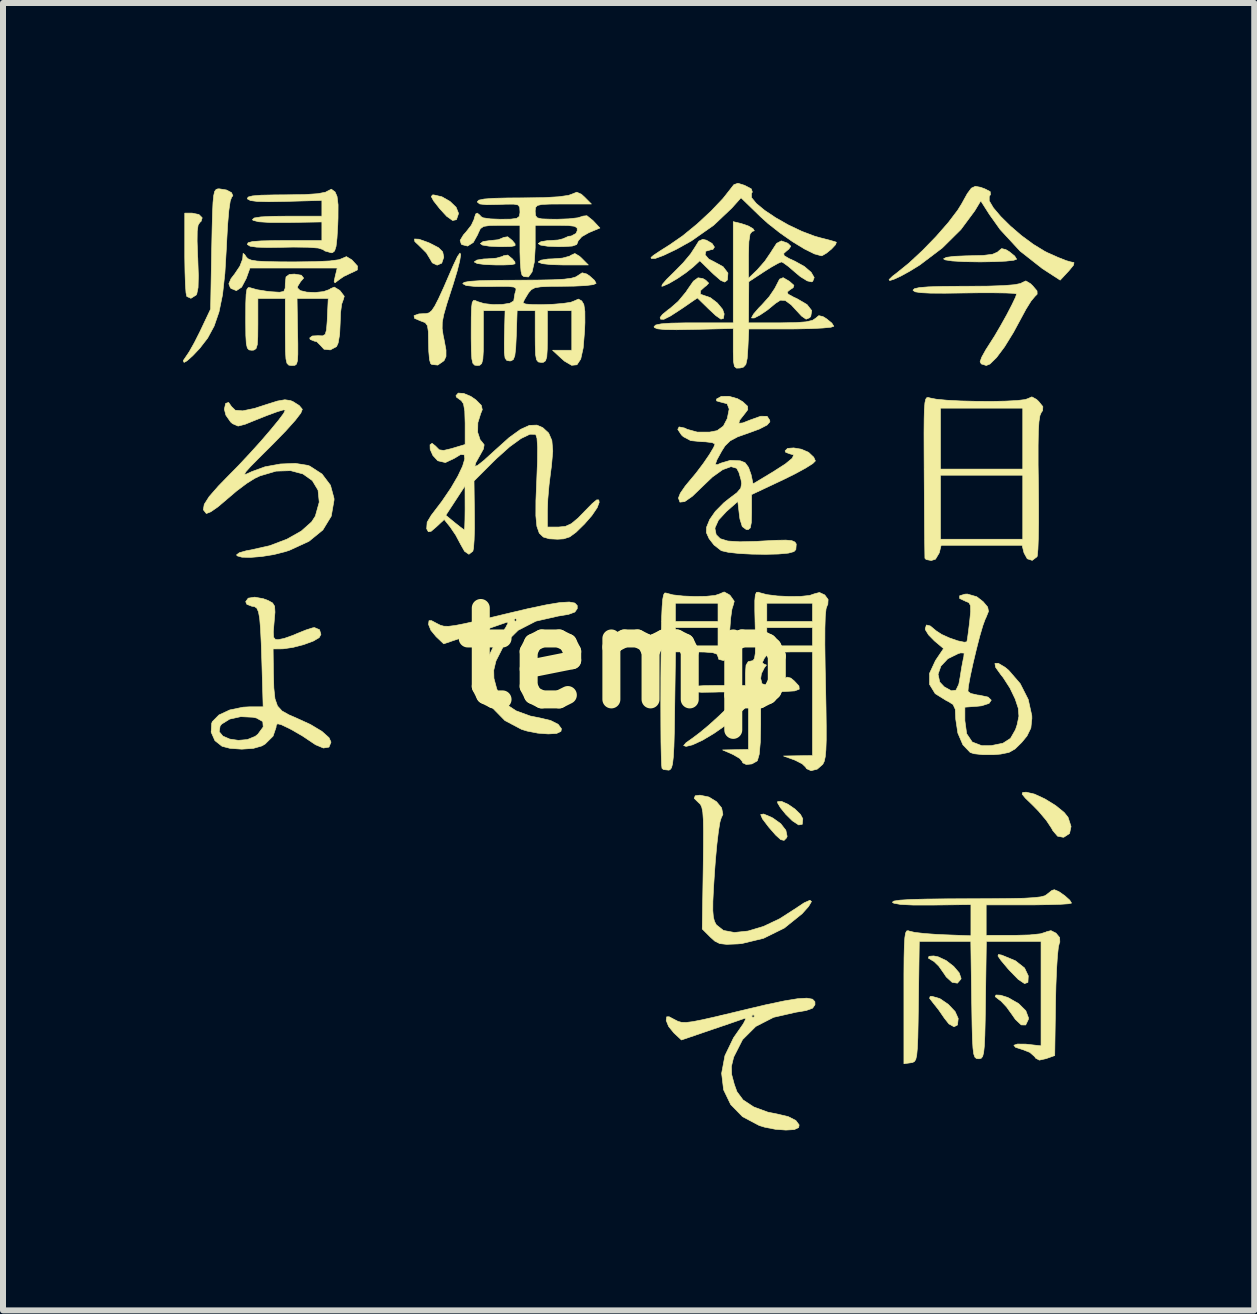
<source format=kicad_pcb>
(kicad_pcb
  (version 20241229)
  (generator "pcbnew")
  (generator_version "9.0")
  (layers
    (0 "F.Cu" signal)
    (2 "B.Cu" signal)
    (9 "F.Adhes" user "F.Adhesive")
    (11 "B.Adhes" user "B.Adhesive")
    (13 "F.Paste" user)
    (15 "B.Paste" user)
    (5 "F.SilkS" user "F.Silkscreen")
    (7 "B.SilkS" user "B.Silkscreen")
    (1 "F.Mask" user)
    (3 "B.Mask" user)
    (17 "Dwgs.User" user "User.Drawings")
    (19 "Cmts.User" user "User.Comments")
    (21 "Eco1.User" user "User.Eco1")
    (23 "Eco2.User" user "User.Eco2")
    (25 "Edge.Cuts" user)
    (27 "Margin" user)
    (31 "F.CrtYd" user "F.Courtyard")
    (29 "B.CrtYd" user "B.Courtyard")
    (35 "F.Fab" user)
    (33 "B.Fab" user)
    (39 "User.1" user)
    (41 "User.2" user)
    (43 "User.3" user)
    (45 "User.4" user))
  (footprint "temp"
    (layer "F.Cu")
    (at 7.396 7.92)
    (property "Reference" "temp" (at 0 0 0) (layer "F.SilkS") (effects (font (size 1.524 1.524) (thickness 0.3))))
    (attr through_hole)
    (fp_poly (pts (xy 2.691 2.438) (xy 2.806 2.517) (xy 2.898 2.607) (xy 2.937 2.68) (xy 2.928 2.772) (xy 2.868 2.782) (xy 2.763 2.713) (xy 2.654 2.605) (xy 2.564 2.494) (xy 2.517 2.414) (xy 2.517 2.393) (xy 2.584 2.39) (xy 2.691 2.438)) (stroke (width 0.01) (type solid)) (fill yes) (layer "F.SilkS"))
    (fp_poly (pts (xy 6.253 4.952) (xy 6.482 5.047) (xy 6.634 5.167) (xy 6.696 5.298) (xy 6.69 5.407) (xy 6.634 5.427) (xy 6.53 5.358) (xy 6.377 5.201) (xy 6.355 5.176) (xy 6.241 5.04) (xy 6.191 4.967) (xy 6.198 4.942) (xy 6.253 4.952)) (stroke (width 0.01) (type solid)) (fill yes) (layer "F.SilkS"))
    (fp_poly (pts (xy -3.08 -7.69) (xy -2.945 -7.613) (xy -2.842 -7.514) (xy -2.803 -7.416) (xy -2.803 -7.407) (xy -2.837 -7.308) (xy -2.9 -7.294) (xy -3 -7.365) (xy -3.116 -7.492) (xy -3.218 -7.622) (xy -3.256 -7.693) (xy -3.236 -7.72) (xy -3.216 -7.721) (xy -3.08 -7.69)) (stroke (width 0.01) (type solid)) (fill yes) (layer "F.SilkS"))
    (fp_poly (pts (xy 2.41 2.653) (xy 2.439 2.668) (xy 2.569 2.761) (xy 2.655 2.872) (xy 2.676 2.973) (xy 2.666 2.998) (xy 2.625 3.04) (xy 2.569 3.027) (xy 2.485 2.951) (xy 2.37 2.819) (xy 2.265 2.681) (xy 2.235 2.609) (xy 2.284 2.6) (xy 2.41 2.653)) (stroke (width 0.01) (type solid)) (fill yes) (layer "F.SilkS"))
    (fp_poly (pts (xy 5.221 5.677) (xy 5.361 5.772) (xy 5.476 5.893) (xy 5.528 6.009) (xy 5.516 6.117) (xy 5.458 6.147) (xy 5.373 6.099) (xy 5.3 6.007) (xy 5.202 5.865) (xy 5.113 5.753) (xy 5.051 5.673) (xy 5.06 5.642) (xy 5.089 5.639) (xy 5.221 5.677)) (stroke (width 0.01) (type solid)) (fill yes) (layer "F.SilkS"))
    (fp_poly (pts (xy -3.461 -6.982) (xy -3.312 -6.929) (xy -3.281 -6.916) (xy -3.136 -6.841) (xy -3.066 -6.771) (xy -3.048 -6.683) (xy -3.082 -6.583) (xy -3.159 -6.55) (xy -3.239 -6.588) (xy -3.276 -6.653) (xy -3.338 -6.755) (xy -3.44 -6.857) (xy -3.531 -6.944) (xy -3.536 -6.986) (xy -3.461 -6.982)) (stroke (width 0.01) (type solid)) (fill yes) (layer "F.SilkS"))
    (fp_poly (pts (xy -0.785 -6.698) (xy -0.75 -6.666) (xy -0.638 -6.553) (xy -1.056 -6.553) (xy -1.261 -6.559) (xy -1.406 -6.575) (xy -1.471 -6.599) (xy -1.473 -6.604) (xy -1.428 -6.633) (xy -1.312 -6.652) (xy -1.229 -6.655) (xy -1.072 -6.667) (xy -0.954 -6.698) (xy -0.924 -6.716) (xy -0.863 -6.744) (xy -0.785 -6.698)) (stroke (width 0.01) (type solid)) (fill yes) (layer "F.SilkS"))
    (fp_poly (pts (xy 6.235 5.621) (xy 6.356 5.659) (xy 6.534 5.76) (xy 6.655 5.88) (xy 6.7 6) (xy 6.697 6.025) (xy 6.653 6.117) (xy 6.579 6.116) (xy 6.482 6.025) (xy 6.43 5.95) (xy 6.334 5.817) (xy 6.242 5.719) (xy 6.212 5.697) (xy 6.144 5.644) (xy 6.158 5.617) (xy 6.235 5.621)) (stroke (width 0.01) (type solid)) (fill yes) (layer "F.SilkS"))
    (fp_poly (pts (xy -1.906 -6.961) (xy -1.859 -6.904) (xy -1.86 -6.874) (xy -1.925 -6.861) (xy -2.07 -6.858) (xy -2.126 -6.858) (xy -2.291 -6.866) (xy -2.404 -6.885) (xy -2.438 -6.909) (xy -2.394 -6.943) (xy -2.285 -6.959) (xy -2.271 -6.96) (xy -2.139 -6.974) (xy -2.053 -7.01) (xy -2.051 -7.012) (xy -1.982 -7.023) (xy -1.906 -6.961)) (stroke (width 0.01) (type solid)) (fill yes) (layer "F.SilkS"))
    (fp_poly (pts (xy 5.194 4.981) (xy 5.327 5.043) (xy 5.453 5.141) (xy 5.544 5.248) (xy 5.576 5.34) (xy 5.573 5.352) (xy 5.515 5.42) (xy 5.427 5.406) (xy 5.329 5.316) (xy 5.291 5.259) (xy 5.205 5.137) (xy 5.124 5.058) (xy 5.106 5.048) (xy 5.031 5.003) (xy 5.041 4.972) (xy 5.119 4.966) (xy 5.194 4.981)) (stroke (width 0.01) (type solid)) (fill yes) (layer "F.SilkS"))
    (fp_poly (pts (xy -1.906 -6.656) (xy -1.862 -6.603) (xy -1.86 -6.572) (xy -1.918 -6.558) (xy -2.051 -6.553) (xy -2.177 -6.553) (xy -2.362 -6.56) (xy -2.49 -6.577) (xy -2.54 -6.603) (xy -2.54 -6.604) (xy -2.495 -6.635) (xy -2.381 -6.653) (xy -2.322 -6.655) (xy -2.174 -6.666) (xy -2.07 -6.695) (xy -2.051 -6.707) (xy -1.982 -6.718) (xy -1.906 -6.656)) (stroke (width 0.01) (type solid)) (fill yes) (layer "F.SilkS"))
    (fp_poly (pts (xy 6.799 2.268) (xy 6.974 2.349) (xy 7.151 2.458) (xy 7.294 2.574) (xy 7.359 2.655) (xy 7.409 2.808) (xy 7.384 2.925) (xy 7.29 2.986) (xy 7.28 2.988) (xy 7.185 2.97) (xy 7.105 2.876) (xy 7.083 2.835) (xy 6.998 2.707) (xy 6.868 2.553) (xy 6.768 2.451) (xy 6.647 2.334) (xy 6.594 2.269) (xy 6.602 2.241) (xy 6.66 2.236) (xy 6.799 2.268)) (stroke (width 0.01) (type solid)) (fill yes) (layer "F.SilkS"))
    (fp_poly (pts (xy -7.13 -7.394) (xy -7.075 -7.339) (xy -7.095 -7.277) (xy -7.113 -7.264) (xy -7.143 -7.219) (xy -7.158 -7.119) (xy -7.16 -6.949) (xy -7.151 -6.694) (xy -7.149 -6.666) (xy -7.139 -6.373) (xy -7.144 -6.176) (xy -7.166 -6.069) (xy -7.177 -6.051) (xy -7.263 -5.997) (xy -7.332 -6.028) (xy -7.345 -6.089) (xy -7.355 -6.231) (xy -7.362 -6.436) (xy -7.366 -6.682) (xy -7.366 -6.739) (xy -7.366 -7.417) (xy -7.242 -7.417) (xy -7.13 -7.394)) (stroke (width 0.01) (type solid)) (fill yes) (layer "F.SilkS"))
    (fp_poly (pts (xy 6.322 -6.809) (xy 6.38 -6.774) (xy 6.469 -6.702) (xy 6.502 -6.649) (xy 6.455 -6.632) (xy 6.325 -6.617) (xy 6.134 -6.608) (xy 5.899 -6.604) (xy 5.893 -6.604) (xy 5.625 -6.608) (xy 5.427 -6.62) (xy 5.31 -6.638) (xy 5.283 -6.655) (xy 5.331 -6.68) (xy 5.462 -6.697) (xy 5.658 -6.705) (xy 5.709 -6.706) (xy 5.946 -6.712) (xy 6.099 -6.731) (xy 6.183 -6.767) (xy 6.196 -6.78) (xy 6.252 -6.826) (xy 6.322 -6.809)) (stroke (width 0.01) (type solid)) (fill yes) (layer "F.SilkS"))
    (fp_poly (pts (xy 1.272 -6.326) (xy 1.321 -6.297) (xy 1.368 -6.25) (xy 1.328 -6.206) (xy 1.308 -6.194) (xy 1.232 -6.125) (xy 1.229 -6.066) (xy 1.289 -6.045) (xy 1.396 -6.008) (xy 1.511 -5.92) (xy 1.6 -5.813) (xy 1.626 -5.737) (xy 1.614 -5.661) (xy 1.572 -5.65) (xy 1.487 -5.709) (xy 1.367 -5.821) (xy 1.18 -6.004) (xy 0.914 -5.821) (xy 0.734 -5.704) (xy 0.621 -5.647) (xy 0.567 -5.649) (xy 0.559 -5.677) (xy 0.597 -5.727) (xy 0.692 -5.805) (xy 0.726 -5.829) (xy 0.86 -5.946) (xy 0.989 -6.101) (xy 1.018 -6.145) (xy 1.114 -6.283) (xy 1.191 -6.339) (xy 1.272 -6.326)) (stroke (width 0.01) (type solid)) (fill yes) (layer "F.SilkS"))
    (fp_poly (pts (xy 1.331 -6.966) (xy 1.425 -6.911) (xy 1.464 -6.851) (xy 1.438 -6.811) (xy 1.407 -6.807) (xy 1.32 -6.782) (xy 1.309 -6.722) (xy 1.37 -6.651) (xy 1.453 -6.609) (xy 1.608 -6.524) (xy 1.689 -6.418) (xy 1.681 -6.308) (xy 1.675 -6.297) (xy 1.635 -6.268) (xy 1.569 -6.296) (xy 1.459 -6.391) (xy 1.425 -6.423) (xy 1.221 -6.623) (xy 1.106 -6.517) (xy 0.986 -6.422) (xy 0.842 -6.324) (xy 0.703 -6.243) (xy 0.604 -6.2) (xy 0.586 -6.198) (xy 0.596 -6.229) (xy 0.666 -6.311) (xy 0.783 -6.426) (xy 0.796 -6.439) (xy 0.943 -6.588) (xy 1.068 -6.738) (xy 1.137 -6.844) (xy 1.204 -6.951) (xy 1.27 -6.98) (xy 1.331 -6.966)) (stroke (width 0.01) (type solid)) (fill yes) (layer "F.SilkS"))
    (fp_poly (pts (xy -6.671 -7.803) (xy -6.587 -7.759) (xy -6.564 -7.707) (xy -6.584 -7.684) (xy -6.608 -7.618) (xy -6.631 -7.462) (xy -6.651 -7.228) (xy -6.668 -6.925) (xy -6.671 -6.855) (xy -6.697 -6.414) (xy -6.736 -6.058) (xy -6.795 -5.77) (xy -6.876 -5.535) (xy -6.984 -5.335) (xy -7.116 -5.164) (xy -7.234 -5.039) (xy -7.33 -4.954) (xy -7.378 -4.928) (xy -7.391 -4.958) (xy -7.351 -5.017) (xy -7.291 -5.106) (xy -7.206 -5.257) (xy -7.114 -5.439) (xy -7.103 -5.462) (xy -6.935 -5.817) (xy -6.917 -6.82) (xy -6.91 -7.162) (xy -6.903 -7.416) (xy -6.895 -7.595) (xy -6.883 -7.712) (xy -6.867 -7.78) (xy -6.843 -7.812) (xy -6.812 -7.822) (xy -6.789 -7.822) (xy -6.671 -7.803)) (stroke (width 0.01) (type solid)) (fill yes) (layer "F.SilkS"))
    (fp_poly (pts (xy 2.704 -6.286) (xy 2.721 -6.274) (xy 2.789 -6.213) (xy 2.776 -6.174) (xy 2.725 -6.141) (xy 2.677 -6.102) (xy 2.693 -6.066) (xy 2.787 -6.015) (xy 2.84 -5.991) (xy 3.007 -5.893) (xy 3.086 -5.792) (xy 3.07 -5.696) (xy 3.051 -5.673) (xy 2.992 -5.649) (xy 2.917 -5.701) (xy 2.879 -5.742) (xy 2.743 -5.889) (xy 2.645 -5.961) (xy 2.564 -5.966) (xy 2.48 -5.912) (xy 2.475 -5.907) (xy 2.347 -5.802) (xy 2.223 -5.718) (xy 2.128 -5.669) (xy 2.084 -5.669) (xy 2.083 -5.674) (xy 2.116 -5.734) (xy 2.202 -5.834) (xy 2.257 -5.89) (xy 2.378 -6.025) (xy 2.471 -6.163) (xy 2.492 -6.204) (xy 2.55 -6.317) (xy 2.61 -6.341) (xy 2.704 -6.286)) (stroke (width 0.01) (type solid)) (fill yes) (layer "F.SilkS"))
    (fp_poly (pts (xy -6.366 -6.726) (xy -6.346 -6.693) (xy -6.315 -6.658) (xy -6.259 -6.634) (xy -6.162 -6.618) (xy -6.008 -6.609) (xy -5.781 -6.605) (xy -5.545 -6.604) (xy -5.196 -6.608) (xy -4.946 -6.62) (xy -4.792 -6.641) (xy -4.736 -6.664) (xy -4.671 -6.692) (xy -4.585 -6.641) (xy -4.573 -6.63) (xy -4.486 -6.534) (xy -4.489 -6.47) (xy -4.582 -6.424) (xy -4.585 -6.424) (xy -4.717 -6.361) (xy -4.796 -6.306) (xy -4.862 -6.255) (xy -4.876 -6.278) (xy -4.858 -6.363) (xy -4.824 -6.502) (xy -6.279 -6.502) (xy -6.341 -6.329) (xy -6.418 -6.183) (xy -6.505 -6.125) (xy -6.593 -6.16) (xy -6.606 -6.174) (xy -6.631 -6.239) (xy -6.595 -6.324) (xy -6.533 -6.404) (xy -6.447 -6.532) (xy -6.401 -6.651) (xy -6.399 -6.671) (xy -6.393 -6.746) (xy -6.366 -6.726)) (stroke (width 0.01) (type solid)) (fill yes) (layer "F.SilkS"))
    (fp_poly (pts (xy -2.766 -6.725) (xy -2.782 -6.623) (xy -2.824 -6.454) (xy -2.894 -6.223) (xy -2.919 -6.147) (xy -2.998 -5.902) (xy -3.048 -5.727) (xy -3.073 -5.599) (xy -3.075 -5.493) (xy -3.059 -5.383) (xy -3.043 -5.307) (xy -3.011 -5.134) (xy -3.011 -5.028) (xy -3.044 -4.957) (xy -3.047 -4.955) (xy -3.148 -4.884) (xy -3.248 -4.894) (xy -3.268 -4.911) (xy -3.286 -4.976) (xy -3.298 -5.111) (xy -3.302 -5.265) (xy -3.305 -5.441) (xy -3.32 -5.541) (xy -3.357 -5.591) (xy -3.425 -5.617) (xy -3.429 -5.618) (xy -3.535 -5.663) (xy -3.544 -5.708) (xy -3.462 -5.737) (xy -3.401 -5.74) (xy -3.342 -5.742) (xy -3.293 -5.755) (xy -3.248 -5.792) (xy -3.198 -5.867) (xy -3.134 -5.992) (xy -3.048 -6.18) (xy -2.933 -6.445) (xy -2.888 -6.548) (xy -2.819 -6.694) (xy -2.778 -6.751) (xy -2.766 -6.725)) (stroke (width 0.01) (type solid)) (fill yes) (layer "F.SilkS"))
    (fp_poly (pts (xy 1.372 2.317) (xy 1.499 2.395) (xy 1.584 2.499) (xy 1.605 2.606) (xy 1.578 2.663) (xy 1.556 2.734) (xy 1.531 2.888) (xy 1.505 3.105) (xy 1.481 3.366) (xy 1.469 3.525) (xy 1.449 3.832) (xy 1.438 4.055) (xy 1.437 4.211) (xy 1.446 4.317) (xy 1.465 4.39) (xy 1.495 4.447) (xy 1.614 4.541) (xy 1.796 4.575) (xy 2.024 4.551) (xy 2.282 4.474) (xy 2.554 4.345) (xy 2.795 4.19) (xy 2.959 4.081) (xy 3.056 4.038) (xy 3.082 4.059) (xy 3.033 4.142) (xy 2.926 4.262) (xy 2.629 4.501) (xy 2.283 4.672) (xy 1.919 4.76) (xy 1.848 4.766) (xy 1.667 4.773) (xy 1.552 4.76) (xy 1.469 4.718) (xy 1.396 4.652) (xy 1.261 4.517) (xy 1.277 3.498) (xy 1.281 3.148) (xy 1.282 2.886) (xy 1.279 2.698) (xy 1.27 2.571) (xy 1.254 2.49) (xy 1.232 2.441) (xy 1.205 2.415) (xy 1.127 2.339) (xy 1.144 2.296) (xy 1.223 2.286) (xy 1.372 2.317)) (stroke (width 0.01) (type solid)) (fill yes) (layer "F.SilkS"))
    (fp_poly (pts (xy 1.962 -7.882) (xy 1.975 -7.876) (xy 2.079 -7.821) (xy 2.096 -7.769) (xy 2.081 -7.744) (xy 2.082 -7.676) (xy 2.162 -7.578) (xy 2.301 -7.463) (xy 2.485 -7.34) (xy 2.696 -7.22) (xy 2.919 -7.114) (xy 3.136 -7.032) (xy 3.232 -7.005) (xy 3.377 -6.968) (xy 3.475 -6.94) (xy 3.497 -6.931) (xy 3.482 -6.89) (xy 3.416 -6.819) (xy 3.33 -6.749) (xy 3.259 -6.708) (xy 3.246 -6.706) (xy 3.132 -6.737) (xy 2.965 -6.82) (xy 2.765 -6.942) (xy 2.555 -7.089) (xy 2.357 -7.245) (xy 2.236 -7.354) (xy 1.907 -7.673) (xy 1.753 -7.501) (xy 1.451 -7.215) (xy 1.08 -6.954) (xy 0.827 -6.813) (xy 0.612 -6.711) (xy 0.476 -6.661) (xy 0.413 -6.661) (xy 0.406 -6.677) (xy 0.446 -6.712) (xy 0.552 -6.783) (xy 0.7 -6.877) (xy 0.712 -6.884) (xy 0.933 -7.037) (xy 1.175 -7.235) (xy 1.409 -7.452) (xy 1.607 -7.661) (xy 1.712 -7.794) (xy 1.788 -7.891) (xy 1.856 -7.915) (xy 1.962 -7.882)) (stroke (width 0.01) (type solid)) (fill yes) (layer "F.SilkS"))
    (fp_poly (pts (xy 6.733 -6.241) (xy 6.77 -6.205) (xy 6.842 -6.12) (xy 6.844 -6.066) (xy 6.807 -6.029) (xy 6.742 -5.951) (xy 6.658 -5.816) (xy 6.604 -5.716) (xy 6.449 -5.429) (xy 6.301 -5.189) (xy 6.167 -5.01) (xy 6.057 -4.902) (xy 5.996 -4.877) (xy 5.913 -4.903) (xy 5.893 -4.94) (xy 5.92 -5.016) (xy 5.989 -5.14) (xy 6.048 -5.232) (xy 6.137 -5.372) (xy 6.238 -5.545) (xy 6.339 -5.726) (xy 6.425 -5.892) (xy 6.484 -6.016) (xy 6.502 -6.071) (xy 6.454 -6.08) (xy 6.321 -6.086) (xy 6.12 -6.089) (xy 5.866 -6.089) (xy 5.639 -6.086) (xy 5.308 -6.082) (xy 5.067 -6.083) (xy 4.906 -6.091) (xy 4.813 -6.105) (xy 4.777 -6.127) (xy 4.775 -6.134) (xy 4.8 -6.158) (xy 4.882 -6.176) (xy 5.031 -6.188) (xy 5.259 -6.195) (xy 5.575 -6.198) (xy 5.654 -6.198) (xy 6.017 -6.2) (xy 6.286 -6.209) (xy 6.468 -6.224) (xy 6.571 -6.245) (xy 6.594 -6.259) (xy 6.655 -6.287) (xy 6.733 -6.241)) (stroke (width 0.01) (type solid)) (fill yes) (layer "F.SilkS"))
    (fp_poly (pts (xy 5.9 -7.848) (xy 5.971 -7.822) (xy 6.061 -7.776) (xy 6.066 -7.726) (xy 6.045 -7.696) (xy 6.045 -7.622) (xy 6.114 -7.505) (xy 6.237 -7.36) (xy 6.398 -7.201) (xy 6.583 -7.042) (xy 6.778 -6.898) (xy 6.966 -6.783) (xy 7.017 -6.757) (xy 7.187 -6.681) (xy 7.326 -6.626) (xy 7.403 -6.604) (xy 7.404 -6.604) (xy 7.458 -6.593) (xy 7.45 -6.55) (xy 7.374 -6.457) (xy 7.348 -6.429) (xy 7.228 -6.3) (xy 6.929 -6.494) (xy 6.56 -6.784) (xy 6.228 -7.143) (xy 6.05 -7.393) (xy 5.904 -7.622) (xy 5.804 -7.456) (xy 5.572 -7.143) (xy 5.263 -6.837) (xy 4.9 -6.562) (xy 4.888 -6.553) (xy 4.718 -6.448) (xy 4.57 -6.367) (xy 4.455 -6.314) (xy 4.386 -6.293) (xy 4.375 -6.309) (xy 4.435 -6.367) (xy 4.496 -6.413) (xy 4.706 -6.583) (xy 4.935 -6.796) (xy 5.162 -7.03) (xy 5.364 -7.261) (xy 5.521 -7.468) (xy 5.586 -7.573) (xy 5.679 -7.741) (xy 5.747 -7.833) (xy 5.813 -7.864) (xy 5.9 -7.848)) (stroke (width 0.01) (type solid)) (fill yes) (layer "F.SilkS"))
    (fp_poly (pts (xy -4.86 -7.77) (xy -4.827 -7.695) (xy -4.81 -7.556) (xy -4.811 -7.336) (xy -4.815 -7.226) (xy -4.828 -7.002) (xy -4.844 -6.862) (xy -4.868 -6.787) (xy -4.903 -6.758) (xy -4.922 -6.756) (xy -5.029 -6.786) (xy -5.063 -6.81) (xy -5.141 -6.835) (xy -5.309 -6.848) (xy -5.557 -6.851) (xy -5.708 -6.848) (xy -5.982 -6.844) (xy -6.168 -6.85) (xy -6.277 -6.866) (xy -6.322 -6.894) (xy -6.323 -6.896) (xy -6.309 -6.924) (xy -6.237 -6.943) (xy -6.092 -6.954) (xy -5.865 -6.959) (xy -5.713 -6.96) (xy -5.08 -6.96) (xy -5.08 -7.27) (xy -5.649 -7.261) (xy -5.94 -7.261) (xy -6.132 -7.273) (xy -6.227 -7.297) (xy -6.238 -7.309) (xy -6.209 -7.336) (xy -6.098 -7.354) (xy -5.897 -7.364) (xy -5.668 -7.366) (xy -5.08 -7.366) (xy -5.08 -7.629) (xy -5.689 -7.612) (xy -5.968 -7.607) (xy -6.158 -7.612) (xy -6.271 -7.627) (xy -6.32 -7.653) (xy -6.323 -7.658) (xy -6.309 -7.685) (xy -6.237 -7.704) (xy -6.094 -7.716) (xy -5.868 -7.721) (xy -5.698 -7.722) (xy -5.375 -7.726) (xy -5.149 -7.741) (xy -5.019 -7.766) (xy -4.988 -7.783) (xy -4.922 -7.816) (xy -4.86 -7.77)) (stroke (width 0.01) (type solid)) (fill yes) (layer "F.SilkS"))
    (fp_poly (pts (xy 6.833 -4.312) (xy 6.869 -4.278) (xy 6.939 -4.191) (xy 6.935 -4.125) (xy 6.912 -4.093) (xy 6.89 -4.041) (xy 6.874 -3.939) (xy 6.864 -3.776) (xy 6.86 -3.541) (xy 6.86 -3.225) (xy 6.865 -2.884) (xy 6.868 -2.552) (xy 6.868 -2.254) (xy 6.864 -2.003) (xy 6.857 -1.816) (xy 6.847 -1.708) (xy 6.842 -1.689) (xy 6.762 -1.628) (xy 6.679 -1.655) (xy 6.625 -1.753) (xy 6.593 -1.88) (xy 5.243 -1.88) (xy 5.212 -1.753) (xy 5.149 -1.648) (xy 5.079 -1.626) (xy 4.994 -1.642) (xy 4.973 -1.664) (xy 4.972 -1.723) (xy 4.97 -1.87) (xy 4.967 -2.091) (xy 4.965 -2.372) (xy 4.963 -2.7) (xy 4.961 -3.038) (xy 4.961 -3.048) (xy 5.232 -3.048) (xy 5.232 -1.981) (xy 6.604 -1.981) (xy 6.604 -3.048) (xy 5.232 -3.048) (xy 4.961 -3.048) (xy 4.959 -3.44) (xy 4.958 -3.752) (xy 4.96 -3.984) (xy 4.964 -4.148) (xy 4.966 -4.166) (xy 5.232 -4.166) (xy 5.232 -3.15) (xy 6.604 -3.15) (xy 6.604 -4.166) (xy 5.232 -4.166) (xy 4.966 -4.166) (xy 4.973 -4.255) (xy 4.987 -4.316) (xy 5.006 -4.342) (xy 5.031 -4.344) (xy 5.055 -4.336) (xy 5.162 -4.315) (xy 5.341 -4.298) (xy 5.568 -4.286) (xy 5.82 -4.28) (xy 6.077 -4.278) (xy 6.314 -4.283) (xy 6.511 -4.293) (xy 6.644 -4.309) (xy 6.687 -4.324) (xy 6.756 -4.354) (xy 6.833 -4.312)) (stroke (width 0.01) (type solid)) (fill yes) (layer "F.SilkS"))
    (fp_poly (pts (xy 1.708 -1.058) (xy 1.728 -1.041) (xy 1.794 -0.947) (xy 1.78 -0.891) (xy 1.756 -0.816) (xy 1.735 -0.667) (xy 1.72 -0.473) (xy 1.717 -0.404) (xy 1.706 -0.19) (xy 1.69 -0.058) (xy 1.663 0.012) (xy 1.62 0.04) (xy 1.613 0.041) (xy 1.537 0.022) (xy 1.524 -0.022) (xy 1.506 -0.065) (xy 1.438 -0.089) (xy 1.301 -0.1) (xy 1.169 -0.102) (xy 0.815 -0.102) (xy 0.801 0.876) (xy 0.796 1.217) (xy 0.789 1.47) (xy 0.779 1.647) (xy 0.766 1.763) (xy 0.748 1.83) (xy 0.723 1.862) (xy 0.703 1.869) (xy 0.615 1.859) (xy 0.59 1.839) (xy 0.583 1.778) (xy 0.578 1.629) (xy 0.573 1.404) (xy 0.571 1.118) (xy 0.57 0.783) (xy 0.571 0.413) (xy 0.571 0.336) (xy 0.575 -0.089) (xy 0.579 -0.423) (xy 0.581 -0.508) (xy 0.813 -0.508) (xy 0.813 -0.203) (xy 1.524 -0.203) (xy 1.524 -0.508) (xy 0.813 -0.508) (xy 0.581 -0.508) (xy 0.584 -0.676) (xy 0.592 -0.858) (xy 0.597 -0.914) (xy 0.813 -0.914) (xy 0.813 -0.61) (xy 1.524 -0.61) (xy 1.524 -0.914) (xy 0.813 -0.914) (xy 0.597 -0.914) (xy 0.602 -0.979) (xy 0.616 -1.051) (xy 0.633 -1.083) (xy 0.655 -1.085) (xy 0.659 -1.083) (xy 0.772 -1.053) (xy 0.942 -1.034) (xy 1.138 -1.026) (xy 1.326 -1.029) (xy 1.476 -1.044) (xy 1.553 -1.07) (xy 1.626 -1.102) (xy 1.708 -1.058)) (stroke (width 0.01) (type solid)) (fill yes) (layer "F.SilkS"))
    (fp_poly (pts (xy -0.864 -0.917) (xy -0.823 -0.875) (xy -0.823 -0.824) (xy -0.863 -0.767) (xy -0.969 -0.728) (xy -1.139 -0.7) (xy -1.512 -0.615) (xy -1.808 -0.463) (xy -2.03 -0.243) (xy -2.176 0.044) (xy -2.182 0.063) (xy -2.215 0.203) (xy -2.212 0.338) (xy -2.168 0.503) (xy -2.123 0.625) (xy -2.022 0.762) (xy -1.842 0.88) (xy -1.608 0.966) (xy -1.444 0.999) (xy -1.267 1.041) (xy -1.141 1.105) (xy -1.086 1.179) (xy -1.095 1.223) (xy -1.167 1.257) (xy -1.306 1.265) (xy -1.481 1.252) (xy -1.66 1.217) (xy -1.751 1.189) (xy -2.029 1.042) (xy -2.228 0.839) (xy -2.345 0.594) (xy -2.378 0.319) (xy -2.324 0.025) (xy -2.18 -0.274) (xy -2.101 -0.387) (xy -2.016 -0.508) (xy -1.977 -0.584) (xy -1.989 -0.6) (xy -2.064 -0.574) (xy -2.211 -0.523) (xy -2.406 -0.456) (xy -2.553 -0.406) (xy -3.049 -0.237) (xy -3.175 -0.356) (xy -3.263 -0.463) (xy -3.302 -0.56) (xy -3.302 -0.565) (xy -3.294 -0.623) (xy -3.253 -0.624) (xy -3.159 -0.574) (xy -3.105 -0.547) (xy -3.047 -0.531) (xy -2.969 -0.529) (xy -2.856 -0.543) (xy -2.694 -0.575) (xy -2.468 -0.626) (xy -2.431 -0.635) (xy -1.88 -0.635) (xy -1.854 -0.61) (xy -1.829 -0.635) (xy -1.854 -0.66) (xy -1.88 -0.635) (xy -2.431 -0.635) (xy -2.164 -0.699) (xy -2.032 -0.731) (xy -1.639 -0.824) (xy -1.335 -0.888) (xy -1.111 -0.925) (xy -0.956 -0.934) (xy -0.864 -0.917)) (stroke (width 0.01) (type solid)) (fill yes) (layer "F.SilkS"))
    (fp_poly (pts (xy 3.099 5.687) (xy 3.139 5.729) (xy 3.14 5.78) (xy 3.1 5.837) (xy 2.993 5.876) (xy 2.824 5.904) (xy 2.451 5.989) (xy 2.154 6.141) (xy 1.933 6.361) (xy 1.787 6.648) (xy 1.781 6.667) (xy 1.747 6.807) (xy 1.751 6.942) (xy 1.795 7.107) (xy 1.839 7.229) (xy 1.941 7.366) (xy 2.12 7.484) (xy 2.354 7.57) (xy 2.518 7.603) (xy 2.695 7.645) (xy 2.821 7.709) (xy 2.876 7.783) (xy 2.868 7.827) (xy 2.795 7.861) (xy 2.656 7.869) (xy 2.481 7.856) (xy 2.302 7.821) (xy 2.211 7.793) (xy 1.933 7.646) (xy 1.735 7.443) (xy 1.617 7.198) (xy 1.584 6.923) (xy 1.639 6.629) (xy 1.783 6.33) (xy 1.862 6.217) (xy 1.946 6.096) (xy 1.985 6.02) (xy 1.974 6.004) (xy 1.899 6.03) (xy 1.752 6.081) (xy 1.556 6.148) (xy 1.409 6.198) (xy 0.914 6.367) (xy 0.787 6.248) (xy 0.7 6.141) (xy 0.661 6.044) (xy 0.66 6.039) (xy 0.668 5.981) (xy 0.709 5.98) (xy 0.804 6.03) (xy 0.857 6.057) (xy 0.915 6.073) (xy 0.994 6.075) (xy 1.106 6.061) (xy 1.268 6.029) (xy 1.494 5.978) (xy 1.531 5.969) (xy 2.083 5.969) (xy 2.108 5.994) (xy 2.134 5.969) (xy 2.108 5.944) (xy 2.083 5.969) (xy 1.531 5.969) (xy 1.799 5.905) (xy 1.931 5.873) (xy 2.323 5.78) (xy 2.627 5.716) (xy 2.852 5.679) (xy 3.006 5.67) (xy 3.099 5.687)) (stroke (width 0.01) (type solid)) (fill yes) (layer "F.SilkS"))
    (fp_poly (pts (xy 1.918 -7.241) (xy 2.029 -7.203) (xy 2.107 -7.158) (xy 2.129 -7.123) (xy 2.093 -7.112) (xy 2.058 -7.07) (xy 2.038 -6.94) (xy 2.032 -6.721) (xy 2.032 -6.331) (xy 2.178 -6.471) (xy 2.305 -6.616) (xy 2.413 -6.775) (xy 2.419 -6.786) (xy 2.501 -6.913) (xy 2.579 -6.954) (xy 2.676 -6.92) (xy 2.692 -6.91) (xy 2.737 -6.865) (xy 2.702 -6.815) (xy 2.67 -6.79) (xy 2.619 -6.745) (xy 2.626 -6.708) (xy 2.705 -6.661) (xy 2.806 -6.615) (xy 2.964 -6.527) (xy 3.076 -6.431) (xy 3.127 -6.343) (xy 3.103 -6.281) (xy 3.084 -6.271) (xy 3.01 -6.288) (xy 2.896 -6.359) (xy 2.818 -6.424) (xy 2.7 -6.526) (xy 2.61 -6.591) (xy 2.58 -6.604) (xy 2.519 -6.578) (xy 2.401 -6.511) (xy 2.288 -6.439) (xy 2.037 -6.274) (xy 2.032 -5.588) (xy 2.559 -5.588) (xy 2.818 -5.592) (xy 2.992 -5.605) (xy 3.097 -5.629) (xy 3.148 -5.662) (xy 3.204 -5.708) (xy 3.274 -5.692) (xy 3.332 -5.656) (xy 3.421 -5.584) (xy 3.454 -5.531) (xy 3.407 -5.515) (xy 3.275 -5.502) (xy 3.079 -5.492) (xy 2.836 -5.487) (xy 2.746 -5.486) (xy 2.037 -5.486) (xy 2.022 -5.169) (xy 2.01 -4.994) (xy 1.988 -4.895) (xy 1.948 -4.85) (xy 1.892 -4.835) (xy 1.831 -4.833) (xy 1.797 -4.863) (xy 1.782 -4.946) (xy 1.778 -5.104) (xy 1.778 -5.157) (xy 1.778 -5.494) (xy 1.118 -5.478) (xy 0.833 -5.473) (xy 0.637 -5.476) (xy 0.518 -5.488) (xy 0.464 -5.509) (xy 0.457 -5.524) (xy 0.485 -5.552) (xy 0.575 -5.571) (xy 0.739 -5.583) (xy 0.989 -5.588) (xy 1.118 -5.588) (xy 1.778 -5.588) (xy 1.778 -7.275) (xy 1.918 -7.241)) (stroke (width 0.01) (type solid)) (fill yes) (layer "F.SilkS"))
    (fp_poly (pts (xy -5.422 -6.382) (xy -5.384 -6.334) (xy -5.436 -6.274) (xy -5.482 -6.2) (xy -5.486 -6.169) (xy -5.442 -6.126) (xy -5.332 -6.1) (xy -5.191 -6.094) (xy -5.053 -6.109) (xy -4.953 -6.144) (xy -4.939 -6.156) (xy -4.874 -6.184) (xy -4.789 -6.133) (xy -4.775 -6.121) (xy -4.707 -6.031) (xy -4.723 -5.975) (xy -4.75 -5.901) (xy -4.769 -5.757) (xy -4.775 -5.588) (xy -4.784 -5.396) (xy -4.809 -5.252) (xy -4.836 -5.192) (xy -4.94 -5.137) (xy -5.044 -5.148) (xy -5.098 -5.207) (xy -5.166 -5.275) (xy -5.205 -5.283) (xy -5.274 -5.311) (xy -5.283 -5.336) (xy -5.24 -5.369) (xy -5.144 -5.374) (xy -5.067 -5.371) (xy -5.024 -5.396) (xy -5.003 -5.472) (xy -4.991 -5.621) (xy -4.989 -5.677) (xy -4.974 -5.994) (xy -5.494 -5.994) (xy -5.486 -5.499) (xy -5.481 -5.239) (xy -5.481 -5.064) (xy -5.487 -4.957) (xy -5.503 -4.901) (xy -5.53 -4.88) (xy -5.573 -4.877) (xy -5.588 -4.877) (xy -5.632 -4.883) (xy -5.662 -4.914) (xy -5.679 -4.987) (xy -5.687 -5.12) (xy -5.689 -5.33) (xy -5.69 -5.436) (xy -5.69 -5.994) (xy -6.147 -5.994) (xy -6.147 -5.563) (xy -6.149 -5.353) (xy -6.157 -5.224) (xy -6.178 -5.158) (xy -6.214 -5.134) (xy -6.248 -5.131) (xy -6.294 -5.137) (xy -6.323 -5.169) (xy -6.34 -5.244) (xy -6.348 -5.38) (xy -6.35 -5.594) (xy -6.35 -5.67) (xy -6.349 -5.908) (xy -6.343 -6.061) (xy -6.33 -6.146) (xy -6.306 -6.177) (xy -6.269 -6.172) (xy -6.261 -6.169) (xy -6.158 -6.14) (xy -6.002 -6.115) (xy -5.931 -6.107) (xy -5.786 -6.098) (xy -5.715 -6.112) (xy -5.692 -6.166) (xy -5.69 -6.243) (xy -5.678 -6.354) (xy -5.622 -6.395) (xy -5.537 -6.401) (xy -5.422 -6.382)) (stroke (width 0.01) (type solid)) (fill yes) (layer "F.SilkS"))
    (fp_poly (pts (xy -5.603 -4.292) (xy -5.563 -4.276) (xy -5.457 -4.209) (xy -5.406 -4.147) (xy -5.431 -4.084) (xy -5.524 -3.963) (xy -5.678 -3.791) (xy -5.885 -3.578) (xy -5.928 -3.535) (xy -6.133 -3.331) (xy -6.272 -3.19) (xy -6.349 -3.104) (xy -6.37 -3.065) (xy -6.342 -3.065) (xy -6.271 -3.097) (xy -6.251 -3.107) (xy -6.029 -3.188) (xy -5.773 -3.235) (xy -5.522 -3.245) (xy -5.315 -3.212) (xy -5.282 -3.2) (xy -5.078 -3.068) (xy -4.937 -2.881) (xy -4.878 -2.663) (xy -4.877 -2.635) (xy -4.924 -2.365) (xy -5.064 -2.135) (xy -5.296 -1.946) (xy -5.622 -1.796) (xy -5.693 -1.773) (xy -5.882 -1.725) (xy -6.082 -1.693) (xy -6.267 -1.678) (xy -6.412 -1.681) (xy -6.493 -1.704) (xy -6.502 -1.721) (xy -6.457 -1.755) (xy -6.342 -1.788) (xy -6.27 -1.801) (xy -5.953 -1.872) (xy -5.664 -1.981) (xy -5.423 -2.117) (xy -5.251 -2.27) (xy -5.189 -2.366) (xy -5.124 -2.599) (xy -5.144 -2.799) (xy -5.239 -2.958) (xy -5.395 -3.069) (xy -5.601 -3.124) (xy -5.844 -3.116) (xy -6.112 -3.037) (xy -6.201 -2.995) (xy -6.333 -2.912) (xy -6.502 -2.785) (xy -6.67 -2.642) (xy -6.672 -2.64) (xy -6.814 -2.52) (xy -6.932 -2.438) (xy -7.003 -2.41) (xy -7.009 -2.412) (xy -7.056 -2.472) (xy -7.041 -2.562) (xy -6.959 -2.691) (xy -6.805 -2.867) (xy -6.652 -3.024) (xy -6.471 -3.208) (xy -6.283 -3.409) (xy -6.1 -3.611) (xy -5.937 -3.801) (xy -5.805 -3.961) (xy -5.718 -4.077) (xy -5.69 -4.133) (xy -5.722 -4.137) (xy -5.823 -4.107) (xy -6 -4.042) (xy -6.26 -3.938) (xy -6.36 -3.897) (xy -6.477 -3.867) (xy -6.569 -3.907) (xy -6.601 -3.935) (xy -6.68 -4.048) (xy -6.706 -4.148) (xy -6.684 -4.245) (xy -6.635 -4.261) (xy -6.586 -4.191) (xy -6.524 -4.131) (xy -6.4 -4.121) (xy -6.203 -4.162) (xy -6.009 -4.225) (xy -5.822 -4.284) (xy -5.697 -4.306) (xy -5.603 -4.292)) (stroke (width 0.01) (type solid)) (fill yes) (layer "F.SilkS"))
    (fp_poly (pts (xy -6.056 -0.989) (xy -5.973 -0.958) (xy -5.902 -0.918) (xy -5.868 -0.864) (xy -5.862 -0.765) (xy -5.876 -0.602) (xy -5.89 -0.436) (xy -5.885 -0.346) (xy -5.855 -0.311) (xy -5.811 -0.306) (xy -5.708 -0.327) (xy -5.561 -0.379) (xy -5.494 -0.408) (xy -5.348 -0.467) (xy -5.235 -0.503) (xy -5.204 -0.508) (xy -5.119 -0.472) (xy -5.096 -0.394) (xy -5.126 -0.34) (xy -5.223 -0.283) (xy -5.381 -0.225) (xy -5.561 -0.178) (xy -5.724 -0.154) (xy -5.753 -0.153) (xy -5.893 -0.152) (xy -5.888 0.241) (xy -5.881 0.5) (xy -5.862 0.679) (xy -5.82 0.799) (xy -5.745 0.882) (xy -5.627 0.948) (xy -5.524 0.992) (xy -5.272 1.107) (xy -5.08 1.222) (xy -4.961 1.328) (xy -4.928 1.402) (xy -4.962 1.485) (xy -5.055 1.5) (xy -5.186 1.445) (xy -5.243 1.407) (xy -5.399 1.302) (xy -5.58 1.197) (xy -5.626 1.173) (xy -5.756 1.111) (xy -5.82 1.095) (xy -5.842 1.124) (xy -5.844 1.155) (xy -5.894 1.302) (xy -6.026 1.433) (xy -6.08 1.465) (xy -6.223 1.506) (xy -6.416 1.519) (xy -6.613 1.505) (xy -6.744 1.471) (xy -6.863 1.377) (xy -6.926 1.235) (xy -6.925 1.227) (xy -6.792 1.227) (xy -6.731 1.301) (xy -6.616 1.351) (xy -6.472 1.372) (xy -6.323 1.359) (xy -6.192 1.306) (xy -6.147 1.27) (xy -6.058 1.149) (xy -6.065 1.059) (xy -6.17 1) (xy -6.227 0.987) (xy -6.432 0.977) (xy -6.618 1.018) (xy -6.751 1.101) (xy -6.777 1.134) (xy -6.792 1.227) (xy -6.925 1.227) (xy -6.917 1.088) (xy -6.905 1.059) (xy -6.796 0.949) (xy -6.615 0.865) (xy -6.393 0.819) (xy -6.282 0.813) (xy -6.059 0.813) (xy -6.08 0.089) (xy -6.091 -0.245) (xy -6.103 -0.49) (xy -6.117 -0.661) (xy -6.137 -0.77) (xy -6.165 -0.832) (xy -6.204 -0.858) (xy -6.249 -0.864) (xy -6.331 -0.896) (xy -6.35 -0.94) (xy -6.308 -0.998) (xy -6.2 -1.015) (xy -6.056 -0.989)) (stroke (width 0.01) (type solid)) (fill yes) (layer "F.SilkS"))
    (fp_poly (pts (xy -0.754 -7.732) (xy -0.7 -7.683) (xy -0.587 -7.569) (xy -1.056 -7.569) (xy -1.275 -7.568) (xy -1.412 -7.562) (xy -1.487 -7.545) (xy -1.518 -7.512) (xy -1.524 -7.458) (xy -1.524 -7.442) (xy -1.519 -7.377) (xy -1.49 -7.339) (xy -1.415 -7.321) (xy -1.272 -7.316) (xy -1.153 -7.315) (xy -0.965 -7.322) (xy -0.815 -7.339) (xy -0.734 -7.364) (xy -0.731 -7.367) (xy -0.662 -7.374) (xy -0.562 -7.294) (xy -0.445 -7.169) (xy -0.629 -7.092) (xy -0.747 -7.025) (xy -0.81 -6.953) (xy -0.813 -6.937) (xy -0.833 -6.893) (xy -0.906 -6.868) (xy -1.052 -6.859) (xy -1.143 -6.858) (xy -1.316 -6.865) (xy -1.434 -6.884) (xy -1.473 -6.909) (xy -1.428 -6.941) (xy -1.317 -6.959) (xy -1.278 -6.96) (xy -1.143 -6.969) (xy -1.055 -6.991) (xy -1.046 -6.997) (xy -0.967 -7.031) (xy -0.924 -7.035) (xy -0.844 -7.078) (xy -0.823 -7.125) (xy -0.825 -7.171) (xy -0.869 -7.198) (xy -0.975 -7.211) (xy -1.161 -7.214) (xy -1.524 -7.214) (xy -1.524 -6.843) (xy -1.538 -6.603) (xy -1.576 -6.437) (xy -1.636 -6.353) (xy -1.713 -6.359) (xy -1.744 -6.384) (xy -1.76 -6.447) (xy -1.772 -6.586) (xy -1.778 -6.771) (xy -1.778 -6.816) (xy -1.778 -7.214) (xy -2.103 -7.214) (xy -2.28 -7.211) (xy -2.383 -7.196) (xy -2.438 -7.158) (xy -2.473 -7.085) (xy -2.482 -7.061) (xy -2.556 -6.928) (xy -2.651 -6.868) (xy -2.745 -6.892) (xy -2.756 -6.902) (xy -2.775 -6.963) (xy -2.721 -7.053) (xy -2.677 -7.102) (xy -2.588 -7.216) (xy -2.542 -7.315) (xy -2.54 -7.331) (xy -2.515 -7.404) (xy -2.489 -7.417) (xy -2.44 -7.378) (xy -2.438 -7.366) (xy -2.392 -7.339) (xy -2.268 -7.321) (xy -2.108 -7.315) (xy -1.931 -7.317) (xy -1.832 -7.33) (xy -1.789 -7.362) (xy -1.778 -7.422) (xy -1.778 -7.446) (xy -1.782 -7.515) (xy -1.809 -7.553) (xy -1.881 -7.567) (xy -2.02 -7.566) (xy -2.134 -7.561) (xy -2.335 -7.557) (xy -2.449 -7.57) (xy -2.489 -7.602) (xy -2.489 -7.607) (xy -2.463 -7.634) (xy -2.376 -7.652) (xy -2.218 -7.664) (xy -1.977 -7.67) (xy -1.752 -7.671) (xy -1.392 -7.675) (xy -1.132 -7.69) (xy -0.969 -7.713) (xy -0.914 -7.733) (xy -0.831 -7.766) (xy -0.754 -7.732)) (stroke (width 0.01) (type solid)) (fill yes) (layer "F.SilkS"))
    (fp_poly (pts (xy 7.205 3.893) (xy 7.303 3.961) (xy 7.387 4.036) (xy 7.417 4.085) (xy 7.369 4.096) (xy 7.238 4.105) (xy 7.041 4.111) (xy 6.798 4.115) (xy 6.706 4.115) (xy 5.994 4.115) (xy 5.994 4.623) (xy 6.467 4.623) (xy 6.719 4.616) (xy 6.9 4.597) (xy 6.994 4.567) (xy 6.999 4.563) (xy 7.074 4.544) (xy 7.158 4.586) (xy 7.219 4.66) (xy 7.222 4.737) (xy 7.215 4.749) (xy 7.198 4.817) (xy 7.182 4.969) (xy 7.168 5.187) (xy 7.157 5.455) (xy 7.151 5.718) (xy 7.137 6.627) (xy 6.993 6.678) (xy 6.881 6.703) (xy 6.819 6.67) (xy 6.803 6.645) (xy 6.722 6.574) (xy 6.604 6.528) (xy 6.483 6.489) (xy 6.456 6.455) (xy 6.515 6.435) (xy 6.652 6.436) (xy 6.68 6.439) (xy 6.909 6.465) (xy 6.909 4.724) (xy 5.997 4.724) (xy 5.983 5.702) (xy 5.978 6.04) (xy 5.972 6.29) (xy 5.964 6.464) (xy 5.952 6.577) (xy 5.935 6.642) (xy 5.911 6.672) (xy 5.879 6.68) (xy 5.867 6.68) (xy 5.832 6.676) (xy 5.806 6.654) (xy 5.787 6.601) (xy 5.774 6.503) (xy 5.765 6.348) (xy 5.759 6.122) (xy 5.754 5.812) (xy 5.752 5.702) (xy 5.738 4.724) (xy 4.879 4.724) (xy 4.865 5.728) (xy 4.86 6.07) (xy 4.855 6.324) (xy 4.847 6.504) (xy 4.836 6.622) (xy 4.82 6.692) (xy 4.796 6.728) (xy 4.764 6.743) (xy 4.737 6.747) (xy 4.623 6.763) (xy 4.623 5.637) (xy 4.623 5.271) (xy 4.625 4.995) (xy 4.63 4.797) (xy 4.638 4.664) (xy 4.65 4.586) (xy 4.668 4.55) (xy 4.693 4.545) (xy 4.712 4.552) (xy 4.8 4.573) (xy 4.962 4.592) (xy 5.168 4.607) (xy 5.271 4.612) (xy 5.74 4.63) (xy 5.74 4.11) (xy 5.095 4.118) (xy 4.783 4.118) (xy 4.57 4.108) (xy 4.454 4.087) (xy 4.43 4.07) (xy 4.457 4.051) (xy 4.558 4.036) (xy 4.738 4.025) (xy 5.003 4.018) (xy 5.359 4.014) (xy 5.679 4.013) (xy 6.081 4.012) (xy 6.392 4.009) (xy 6.626 4.004) (xy 6.792 3.994) (xy 6.904 3.981) (xy 6.972 3.963) (xy 7.008 3.94) (xy 7.01 3.937) (xy 7.09 3.874) (xy 7.131 3.862) (xy 7.205 3.893)) (stroke (width 0.01) (type solid)) (fill yes) (layer "F.SilkS"))
    (fp_poly (pts (xy -0.667 -6.403) (xy -0.619 -6.371) (xy -0.536 -6.297) (xy -0.508 -6.246) (xy -0.556 -6.225) (xy -0.685 -6.209) (xy -0.877 -6.2) (xy -1.036 -6.198) (xy -1.273 -6.196) (xy -1.43 -6.189) (xy -1.528 -6.173) (xy -1.588 -6.142) (xy -1.632 -6.092) (xy -1.645 -6.072) (xy -1.704 -5.974) (xy -1.727 -5.92) (xy -1.681 -5.901) (xy -1.563 -5.892) (xy -1.4 -5.891) (xy -1.222 -5.898) (xy -1.055 -5.912) (xy -0.93 -5.931) (xy -0.876 -5.952) (xy -0.803 -5.984) (xy -0.748 -5.953) (xy -0.713 -5.894) (xy -0.696 -5.78) (xy -0.695 -5.593) (xy -0.701 -5.45) (xy -0.724 -5.169) (xy -0.765 -4.984) (xy -0.828 -4.889) (xy -0.916 -4.88) (xy -1.036 -4.95) (xy -1.097 -5.004) (xy -1.234 -5.131) (xy -0.914 -5.131) (xy -0.914 -5.791) (xy -1.321 -5.791) (xy -1.321 -5.359) (xy -1.323 -5.149) (xy -1.331 -5.021) (xy -1.352 -4.955) (xy -1.388 -4.93) (xy -1.422 -4.928) (xy -1.472 -4.936) (xy -1.502 -4.973) (xy -1.518 -5.06) (xy -1.523 -5.215) (xy -1.524 -5.359) (xy -1.524 -5.791) (xy -1.825 -5.791) (xy -1.839 -5.372) (xy -1.849 -5.165) (xy -1.864 -5.039) (xy -1.889 -4.976) (xy -1.929 -4.954) (xy -1.951 -4.953) (xy -1.998 -4.962) (xy -2.026 -5.001) (xy -2.038 -5.092) (xy -2.039 -5.254) (xy -2.037 -5.372) (xy -2.026 -5.791) (xy -2.388 -5.791) (xy -2.388 -5.334) (xy -2.389 -5.117) (xy -2.397 -4.982) (xy -2.416 -4.91) (xy -2.449 -4.881) (xy -2.489 -4.877) (xy -2.534 -4.883) (xy -2.563 -4.914) (xy -2.58 -4.987) (xy -2.588 -5.12) (xy -2.591 -5.329) (xy -2.591 -5.437) (xy -2.59 -5.681) (xy -2.585 -5.839) (xy -2.574 -5.927) (xy -2.552 -5.962) (xy -2.517 -5.958) (xy -2.493 -5.945) (xy -2.376 -5.909) (xy -2.225 -5.892) (xy -2.071 -5.895) (xy -1.946 -5.915) (xy -1.882 -5.953) (xy -1.88 -5.965) (xy -1.862 -6.076) (xy -1.847 -6.121) (xy -1.843 -6.16) (xy -1.877 -6.184) (xy -1.968 -6.195) (xy -2.133 -6.196) (xy -2.264 -6.193) (xy -2.519 -6.194) (xy -2.675 -6.21) (xy -2.732 -6.241) (xy -2.708 -6.263) (xy -2.615 -6.28) (xy -2.443 -6.291) (xy -2.187 -6.297) (xy -1.836 -6.299) (xy -1.824 -6.299) (xy -1.48 -6.301) (xy -1.224 -6.306) (xy -1.041 -6.316) (xy -0.92 -6.332) (xy -0.846 -6.354) (xy -0.814 -6.374) (xy -0.741 -6.422) (xy -0.667 -6.403)) (stroke (width 0.01) (type solid)) (fill yes) (layer "F.SilkS"))
    (fp_poly (pts (xy 5.837 -1.022) (xy 5.943 -0.94) (xy 6.019 -0.85) (xy 6.033 -0.778) (xy 5.991 -0.674) (xy 5.978 -0.648) (xy 5.939 -0.542) (xy 5.887 -0.365) (xy 5.831 -0.146) (xy 5.776 0.085) (xy 5.729 0.3) (xy 5.698 0.47) (xy 5.69 0.555) (xy 5.735 0.59) (xy 5.846 0.616) (xy 5.88 0.619) (xy 6.026 0.651) (xy 6.079 0.702) (xy 6.042 0.756) (xy 5.918 0.796) (xy 5.855 0.803) (xy 5.639 0.819) (xy 5.639 1.044) (xy 5.669 1.262) (xy 5.762 1.4) (xy 5.921 1.461) (xy 6.077 1.46) (xy 6.274 1.42) (xy 6.4 1.339) (xy 6.483 1.194) (xy 6.51 1.113) (xy 6.54 0.969) (xy 6.529 0.836) (xy 6.478 0.682) (xy 6.39 0.499) (xy 6.277 0.324) (xy 6.24 0.278) (xy 6.152 0.155) (xy 6.14 0.09) (xy 6.195 0.087) (xy 6.307 0.153) (xy 6.369 0.204) (xy 6.561 0.426) (xy 6.695 0.69) (xy 6.755 0.961) (xy 6.756 1.007) (xy 6.739 1.167) (xy 6.674 1.3) (xy 6.586 1.407) (xy 6.476 1.515) (xy 6.374 1.573) (xy 6.237 1.601) (xy 6.116 1.611) (xy 5.938 1.611) (xy 5.792 1.595) (xy 5.728 1.574) (xy 5.606 1.446) (xy 5.522 1.251) (xy 5.487 1.02) (xy 5.486 0.999) (xy 5.479 0.854) (xy 5.442 0.774) (xy 5.358 0.722) (xy 5.332 0.71) (xy 5.144 0.593) (xy 5.05 0.439) (xy 5.051 0.27) (xy 5.192 0.27) (xy 5.22 0.4) (xy 5.295 0.48) (xy 5.415 0.546) (xy 5.491 0.535) (xy 5.538 0.436) (xy 5.56 0.318) (xy 5.586 0.153) (xy 5.612 0.018) (xy 5.621 -0.018) (xy 5.627 -0.083) (xy 5.569 -0.086) (xy 5.53 -0.075) (xy 5.355 0.011) (xy 5.24 0.133) (xy 5.192 0.27) (xy 5.051 0.27) (xy 5.051 0.253) (xy 5.149 0.042) (xy 5.157 0.03) (xy 5.284 -0.158) (xy 5.131 -0.287) (xy 5.033 -0.387) (xy 4.981 -0.472) (xy 4.978 -0.487) (xy 4.998 -0.551) (xy 5.062 -0.535) (xy 5.161 -0.453) (xy 5.251 -0.394) (xy 5.382 -0.335) (xy 5.52 -0.287) (xy 5.629 -0.264) (xy 5.672 -0.27) (xy 5.682 -0.321) (xy 5.699 -0.446) (xy 5.718 -0.6) (xy 5.735 -0.775) (xy 5.733 -0.875) (xy 5.706 -0.924) (xy 5.65 -0.947) (xy 5.646 -0.949) (xy 5.552 -0.993) (xy 5.552 -1.038) (xy 5.64 -1.065) (xy 5.681 -1.067) (xy 5.837 -1.022)) (stroke (width 0.01) (type solid)) (fill yes) (layer "F.SilkS"))
    (fp_poly (pts (xy -2.715 -4.411) (xy -2.597 -4.362) (xy -2.511 -4.302) (xy -2.422 -4.212) (xy -2.406 -4.14) (xy -2.432 -4.077) (xy -2.48 -3.924) (xy -2.483 -3.763) (xy -2.441 -3.637) (xy -2.416 -3.609) (xy -2.375 -3.556) (xy -2.387 -3.485) (xy -2.441 -3.387) (xy -2.514 -3.257) (xy -2.531 -3.197) (xy -2.487 -3.209) (xy -2.381 -3.293) (xy -2.208 -3.45) (xy -2.194 -3.463) (xy -1.958 -3.675) (xy -1.77 -3.811) (xy -1.62 -3.879) (xy -1.495 -3.883) (xy -1.398 -3.841) (xy -1.3 -3.751) (xy -1.246 -3.627) (xy -1.231 -3.45) (xy -1.253 -3.2) (xy -1.264 -3.12) (xy -1.293 -2.885) (xy -1.314 -2.644) (xy -1.321 -2.462) (xy -1.321 -2.184) (xy -1.133 -2.184) (xy -1.02 -2.195) (xy -0.921 -2.24) (xy -0.807 -2.335) (xy -0.701 -2.444) (xy -0.573 -2.575) (xy -0.498 -2.637) (xy -0.464 -2.636) (xy -0.457 -2.596) (xy -0.491 -2.506) (xy -0.58 -2.375) (xy -0.702 -2.235) (xy -0.843 -2.097) (xy -0.948 -2.02) (xy -1.05 -1.987) (xy -1.151 -1.981) (xy -1.288 -1.988) (xy -1.388 -2.017) (xy -1.456 -2.082) (xy -1.496 -2.197) (xy -1.513 -2.373) (xy -1.512 -2.625) (xy -1.499 -2.938) (xy -1.486 -3.274) (xy -1.484 -3.514) (xy -1.494 -3.664) (xy -1.515 -3.728) (xy -1.517 -3.73) (xy -1.613 -3.731) (xy -1.76 -3.66) (xy -1.95 -3.522) (xy -2.17 -3.325) (xy -2.224 -3.272) (xy -2.544 -2.952) (xy -2.537 -2.394) (xy -2.536 -2.163) (xy -2.542 -1.968) (xy -2.552 -1.832) (xy -2.563 -1.782) (xy -2.629 -1.73) (xy -2.701 -1.779) (xy -2.765 -1.892) (xy -2.848 -2.048) (xy -2.94 -2.184) (xy -3.041 -2.31) (xy -3.17 -2.189) (xy -3.259 -2.113) (xy -3.305 -2.105) (xy -3.333 -2.155) (xy -3.325 -2.265) (xy -3.257 -2.379) (xy -3.256 -2.38) (xy -3.014 -2.38) (xy -2.866 -2.258) (xy -2.767 -2.18) (xy -2.71 -2.138) (xy -2.705 -2.135) (xy -2.699 -2.181) (xy -2.695 -2.303) (xy -2.693 -2.477) (xy -2.693 -2.502) (xy -2.694 -2.87) (xy -2.854 -2.625) (xy -3.014 -2.38) (xy -3.256 -2.38) (xy -3.078 -2.614) (xy -2.928 -2.835) (xy -2.812 -3.034) (xy -2.734 -3.199) (xy -2.698 -3.32) (xy -2.707 -3.388) (xy -2.767 -3.393) (xy -2.873 -3.329) (xy -3.021 -3.259) (xy -3.148 -3.289) (xy -3.229 -3.376) (xy -3.275 -3.479) (xy -3.277 -3.555) (xy -3.243 -3.58) (xy -3.181 -3.53) (xy -3.176 -3.524) (xy -3.123 -3.471) (xy -3.05 -3.461) (xy -2.922 -3.491) (xy -2.902 -3.497) (xy -2.692 -3.56) (xy -2.692 -3.915) (xy -2.698 -4.118) (xy -2.719 -4.238) (xy -2.757 -4.294) (xy -2.769 -4.3) (xy -2.836 -4.349) (xy -2.845 -4.374) (xy -2.807 -4.417) (xy -2.715 -4.411)) (stroke (width 0.01) (type solid)) (fill yes) (layer "F.SilkS"))
    (fp_poly (pts (xy 1.85 -4.323) (xy 1.937 -4.272) (xy 2.016 -4.198) (xy 2.02 -4.141) (xy 1.976 -4.082) (xy 1.884 -3.965) (xy 1.871 -3.913) (xy 1.938 -3.92) (xy 2.056 -3.967) (xy 2.235 -4.031) (xy 2.342 -4.03) (xy 2.386 -3.964) (xy 2.388 -3.937) (xy 2.341 -3.884) (xy 2.213 -3.818) (xy 2.042 -3.755) (xy 1.849 -3.687) (xy 1.726 -3.621) (xy 1.641 -3.538) (xy 1.585 -3.45) (xy 1.505 -3.304) (xy 1.48 -3.232) (xy 1.508 -3.221) (xy 1.571 -3.249) (xy 1.73 -3.296) (xy 1.895 -3.288) (xy 1.974 -3.257) (xy 2.032 -3.179) (xy 2.075 -3.058) (xy 2.108 -2.903) (xy 2.438 -3.102) (xy 2.647 -3.236) (xy 2.762 -3.331) (xy 2.785 -3.387) (xy 2.722 -3.404) (xy 2.652 -3.43) (xy 2.642 -3.454) (xy 2.683 -3.495) (xy 2.785 -3.503) (xy 2.911 -3.482) (xy 3.026 -3.433) (xy 3.037 -3.426) (xy 3.12 -3.347) (xy 3.147 -3.286) (xy 3.103 -3.242) (xy 2.984 -3.167) (xy 2.81 -3.072) (xy 2.614 -2.975) (xy 2.083 -2.725) (xy 2.083 -2.425) (xy 2.079 -2.258) (xy 2.062 -2.17) (xy 2.027 -2.141) (xy 1.994 -2.143) (xy 1.928 -2.192) (xy 1.889 -2.318) (xy 1.88 -2.385) (xy 1.854 -2.611) (xy 1.664 -2.443) (xy 1.531 -2.299) (xy 1.474 -2.172) (xy 1.473 -2.156) (xy 1.493 -2.057) (xy 1.56 -1.99) (xy 1.687 -1.951) (xy 1.886 -1.938) (xy 2.171 -1.945) (xy 2.246 -1.95) (xy 2.492 -1.963) (xy 2.655 -1.966) (xy 2.754 -1.957) (xy 2.806 -1.934) (xy 2.828 -1.901) (xy 2.821 -1.808) (xy 2.789 -1.774) (xy 2.696 -1.749) (xy 2.531 -1.734) (xy 2.32 -1.729) (xy 2.092 -1.732) (xy 1.875 -1.743) (xy 1.695 -1.763) (xy 1.583 -1.789) (xy 1.576 -1.792) (xy 1.457 -1.885) (xy 1.375 -1.991) (xy 1.33 -2.091) (xy 1.333 -2.181) (xy 1.385 -2.309) (xy 1.385 -2.309) (xy 1.479 -2.444) (xy 1.62 -2.587) (xy 1.705 -2.655) (xy 1.839 -2.756) (xy 1.903 -2.831) (xy 1.917 -2.91) (xy 1.908 -2.97) (xy 1.873 -3.092) (xy 1.835 -3.164) (xy 1.741 -3.191) (xy 1.601 -3.14) (xy 1.43 -3.018) (xy 1.27 -2.865) (xy 1.096 -2.697) (xy 0.968 -2.608) (xy 0.889 -2.599) (xy 0.864 -2.667) (xy 0.895 -2.747) (xy 0.977 -2.866) (xy 1.033 -2.934) (xy 1.156 -3.081) (xy 1.279 -3.244) (xy 1.383 -3.396) (xy 1.453 -3.514) (xy 1.473 -3.568) (xy 1.428 -3.591) (xy 1.313 -3.605) (xy 1.247 -3.607) (xy 1.068 -3.625) (xy 0.946 -3.69) (xy 0.914 -3.72) (xy 0.853 -3.812) (xy 0.875 -3.853) (xy 0.968 -3.834) (xy 1.01 -3.813) (xy 1.176 -3.767) (xy 1.384 -3.767) (xy 1.509 -3.791) (xy 1.613 -3.867) (xy 1.678 -3.992) (xy 1.71 -4.151) (xy 1.676 -4.239) (xy 1.571 -4.267) (xy 1.569 -4.267) (xy 1.5 -4.287) (xy 1.499 -4.318) (xy 1.579 -4.362) (xy 1.709 -4.363) (xy 1.85 -4.323)) (stroke (width 0.01) (type solid)) (fill yes) (layer "F.SilkS"))
    (fp_poly (pts (xy 2.219 -1.089) (xy 2.339 -1.057) (xy 2.513 -1.035) (xy 2.712 -1.026) (xy 2.902 -1.028) (xy 3.053 -1.044) (xy 3.128 -1.07) (xy 3.215 -1.093) (xy 3.303 -1.052) (xy 3.359 -0.976) (xy 3.354 -0.892) (xy 3.345 -0.879) (xy 3.325 -0.822) (xy 3.312 -0.698) (xy 3.306 -0.5) (xy 3.305 -0.221) (xy 3.31 0.147) (xy 3.316 0.428) (xy 3.324 0.826) (xy 3.328 1.134) (xy 3.328 1.366) (xy 3.322 1.533) (xy 3.311 1.648) (xy 3.294 1.724) (xy 3.27 1.772) (xy 3.27 1.772) (xy 3.178 1.852) (xy 3.075 1.878) (xy 2.999 1.844) (xy 2.986 1.82) (xy 2.928 1.764) (xy 2.813 1.705) (xy 2.791 1.696) (xy 2.616 1.633) (xy 2.857 1.629) (xy 3.099 1.626) (xy 3.099 -0.102) (xy 2.73 -0.102) (xy 2.531 -0.098) (xy 2.409 -0.081) (xy 2.337 -0.047) (xy 2.298 0) (xy 2.261 0.078) (xy 2.29 0.101) (xy 2.296 0.102) (xy 2.331 0.117) (xy 2.296 0.163) (xy 2.247 0.26) (xy 2.235 0.34) (xy 2.257 0.428) (xy 2.341 0.456) (xy 2.371 0.457) (xy 2.511 0.426) (xy 2.599 0.373) (xy 2.675 0.318) (xy 2.737 0.334) (xy 2.794 0.381) (xy 2.873 0.466) (xy 2.878 0.519) (xy 2.801 0.548) (xy 2.634 0.558) (xy 2.565 0.559) (xy 2.235 0.559) (xy 2.235 1.107) (xy 2.229 1.401) (xy 2.211 1.603) (xy 2.181 1.708) (xy 2.174 1.717) (xy 2.089 1.765) (xy 1.995 1.775) (xy 1.935 1.746) (xy 1.93 1.727) (xy 1.888 1.675) (xy 1.785 1.614) (xy 1.765 1.604) (xy 1.6 1.532) (xy 1.816 1.528) (xy 2.032 1.524) (xy 2.032 0.778) (xy 1.826 0.974) (xy 1.657 1.116) (xy 1.461 1.253) (xy 1.267 1.369) (xy 1.098 1.447) (xy 0.992 1.473) (xy 0.951 1.459) (xy 0.991 1.412) (xy 1.093 1.34) (xy 1.218 1.246) (xy 1.371 1.119) (xy 1.531 0.974) (xy 1.68 0.831) (xy 1.799 0.706) (xy 1.869 0.62) (xy 1.88 0.595) (xy 1.833 0.576) (xy 1.709 0.566) (xy 1.531 0.566) (xy 1.474 0.568) (xy 1.247 0.571) (xy 1.109 0.558) (xy 1.047 0.528) (xy 1.043 0.521) (xy 1.057 0.49) (xy 1.136 0.47) (xy 1.292 0.46) (xy 1.5 0.457) (xy 1.981 0.457) (xy 1.981 0.254) (xy 1.991 0.118) (xy 2.028 0.059) (xy 2.07 0.051) (xy 2.108 0.042) (xy 2.132 0.005) (xy 2.145 -0.078) (xy 2.149 -0.223) (xy 2.145 -0.448) (xy 2.144 -0.508) (xy 2.337 -0.508) (xy 2.337 -0.203) (xy 3.099 -0.203) (xy 3.099 -0.508) (xy 2.337 -0.508) (xy 2.144 -0.508) (xy 2.143 -0.54) (xy 2.137 -0.792) (xy 2.137 -0.914) (xy 2.337 -0.914) (xy 2.337 -0.61) (xy 3.099 -0.61) (xy 3.099 -0.914) (xy 2.337 -0.914) (xy 2.137 -0.914) (xy 2.137 -0.958) (xy 2.146 -1.053) (xy 2.165 -1.095) (xy 2.196 -1.098) (xy 2.219 -1.089)) (stroke (width 0.01) (type solid)) (fill yes) (layer "F.SilkS")))
  (gr_rect
    (start -3 -3)
    (end 17.859 18.795)
    (stroke (width 0.1) (type default))
    (fill no)
    (layer "Edge.Cuts")))
</source>
